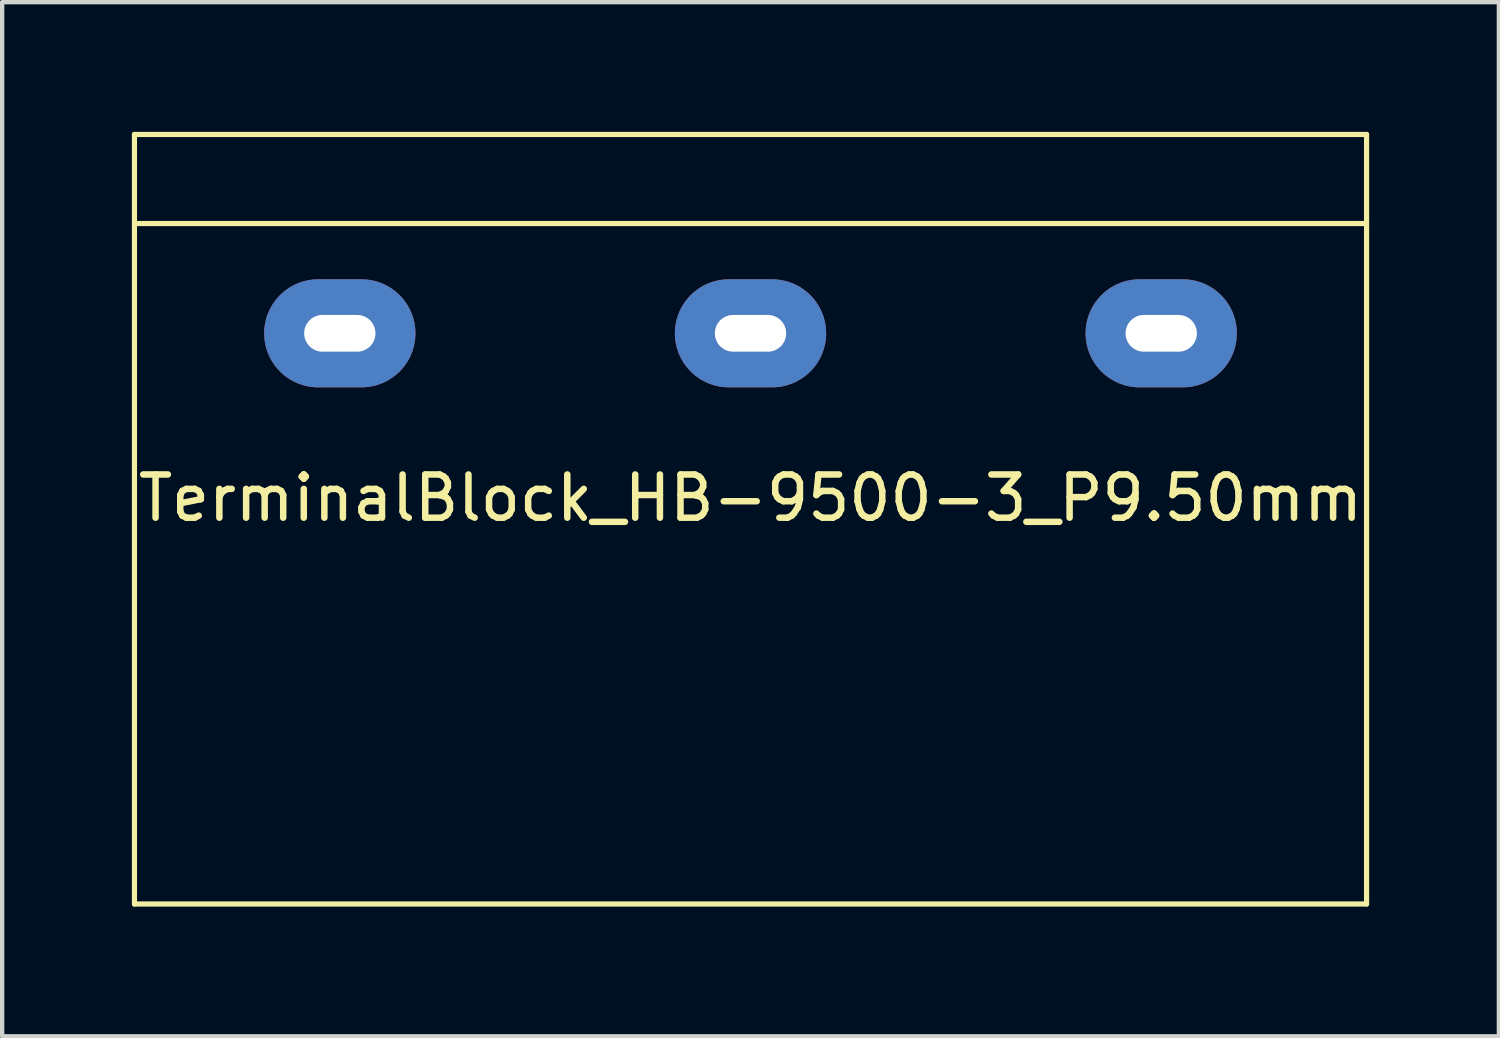
<source format=kicad_pcb>
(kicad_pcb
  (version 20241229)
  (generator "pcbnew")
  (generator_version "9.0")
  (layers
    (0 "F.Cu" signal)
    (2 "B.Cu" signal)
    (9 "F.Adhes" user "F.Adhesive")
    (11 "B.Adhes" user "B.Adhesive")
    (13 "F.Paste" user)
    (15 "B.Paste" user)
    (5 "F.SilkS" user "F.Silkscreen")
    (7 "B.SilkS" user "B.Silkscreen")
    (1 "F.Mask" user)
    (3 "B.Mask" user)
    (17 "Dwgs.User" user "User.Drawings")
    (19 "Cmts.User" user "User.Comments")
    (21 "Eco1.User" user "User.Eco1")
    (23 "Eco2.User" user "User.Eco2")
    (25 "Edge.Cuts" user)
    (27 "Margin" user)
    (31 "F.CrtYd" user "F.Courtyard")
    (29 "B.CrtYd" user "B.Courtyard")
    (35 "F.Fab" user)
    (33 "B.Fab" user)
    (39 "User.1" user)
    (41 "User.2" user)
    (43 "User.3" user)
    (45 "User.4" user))
  (footprint "TerminalBlock_HB-9500-3_P9.50mm"
    (layer "F.Cu")
    (at 14.31 4.66)
    (property "Reference" "TerminalBlock_HB-9500-3_P9.50mm" (at 0 3.81 0) (layer "F.SilkS") (effects (font (size 1 1) (thickness 0.15))))
    (attr through_hole)
    (fp_line (start -14.25 -4.6) (end -14.25 13.2) (stroke (width 0.12) (type solid)) (layer "F.SilkS"))
    (fp_line (start -14.25 -4.6) (end 14.25 -4.6) (stroke (width 0.12) (type solid)) (layer "F.SilkS"))
    (fp_line (start -14.25 -2.54) (end 14.25 -2.54) (stroke (width 0.12) (type solid)) (layer "F.SilkS"))
    (fp_line (start -14.25 13.2) (end 14.25 13.2) (stroke (width 0.12) (type solid)) (layer "F.SilkS"))
    (fp_line (start 14.25 -4.6) (end 14.25 13.2) (stroke (width 0.12) (type solid)) (layer "F.SilkS"))
    (pad "1" thru_hole oval (at -9.5 0) (size 3.5 2.5) (drill oval 1.65 0.85) (layers "*.Cu" "*.Mask"))
    (pad "2" thru_hole oval (at 0 0) (size 3.5 2.5) (drill oval 1.65 0.85) (layers "*.Cu" "*.Mask"))
    (pad "3" thru_hole oval (at 9.5 0) (size 3.5 2.5) (drill oval 1.65 0.85) (layers "*.Cu" "*.Mask")))
  (gr_rect
    (start -3 -3)
    (end 31.62 20.92)
    (stroke (width 0.1) (type default))
    (fill no)
    (layer "Edge.Cuts")))
</source>
